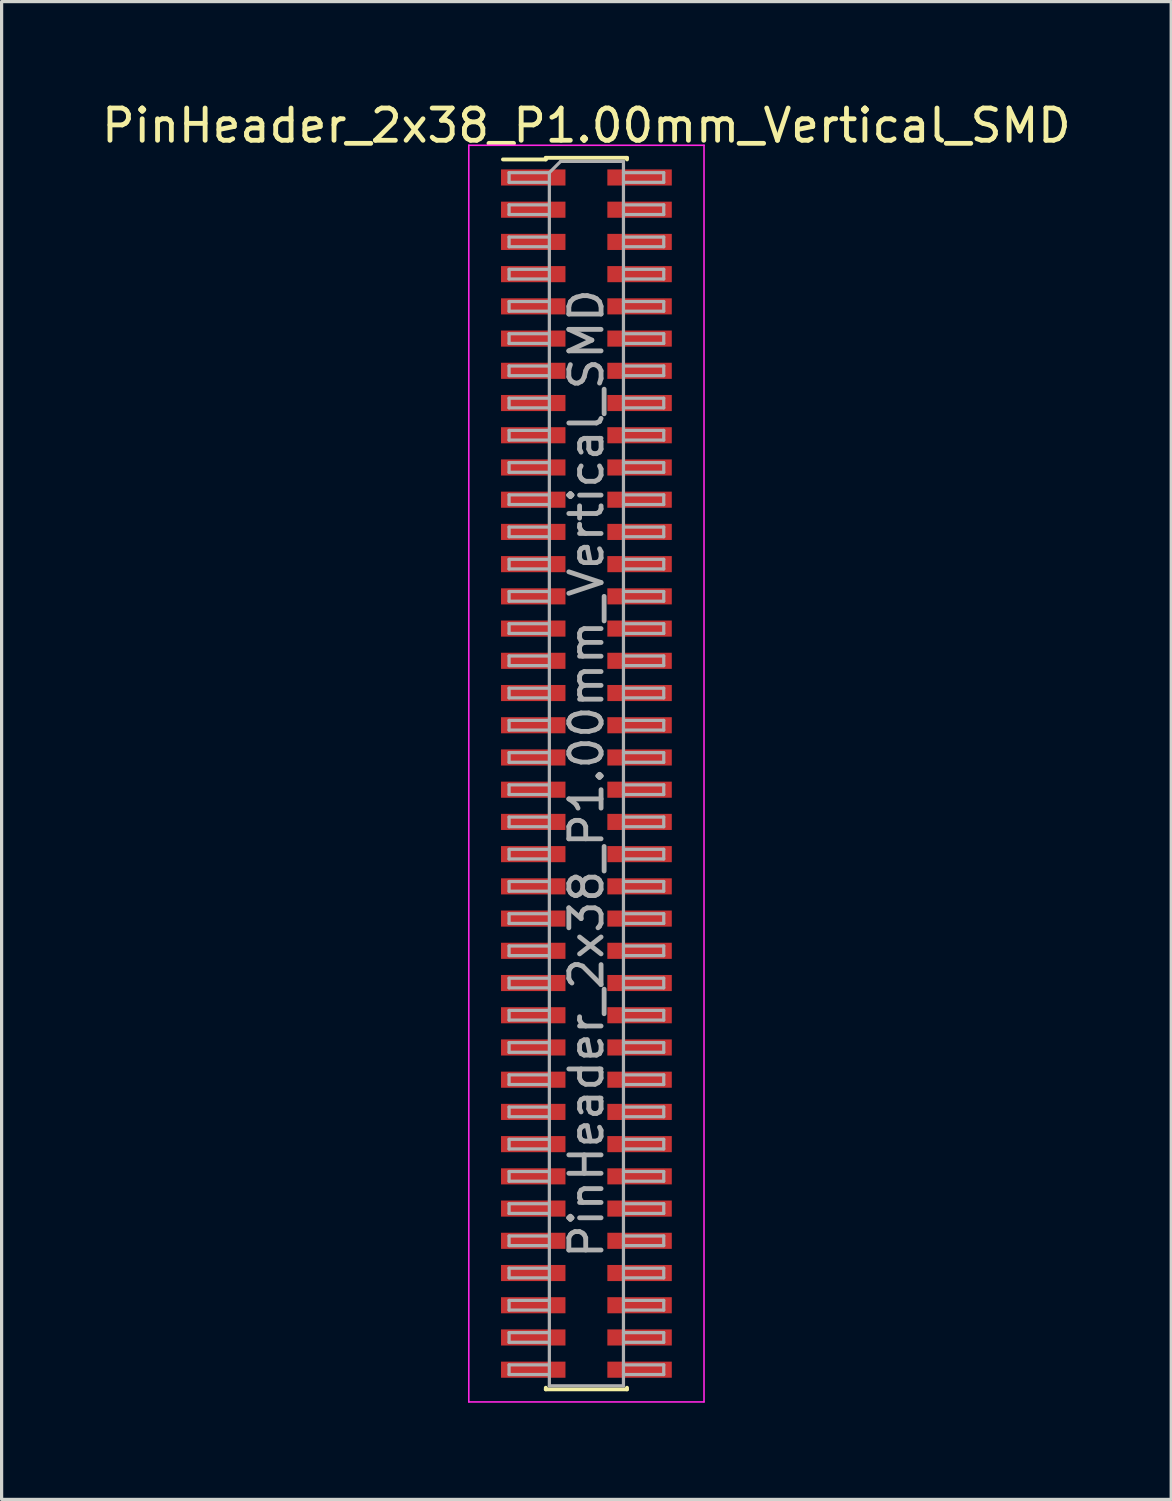
<source format=kicad_pcb>
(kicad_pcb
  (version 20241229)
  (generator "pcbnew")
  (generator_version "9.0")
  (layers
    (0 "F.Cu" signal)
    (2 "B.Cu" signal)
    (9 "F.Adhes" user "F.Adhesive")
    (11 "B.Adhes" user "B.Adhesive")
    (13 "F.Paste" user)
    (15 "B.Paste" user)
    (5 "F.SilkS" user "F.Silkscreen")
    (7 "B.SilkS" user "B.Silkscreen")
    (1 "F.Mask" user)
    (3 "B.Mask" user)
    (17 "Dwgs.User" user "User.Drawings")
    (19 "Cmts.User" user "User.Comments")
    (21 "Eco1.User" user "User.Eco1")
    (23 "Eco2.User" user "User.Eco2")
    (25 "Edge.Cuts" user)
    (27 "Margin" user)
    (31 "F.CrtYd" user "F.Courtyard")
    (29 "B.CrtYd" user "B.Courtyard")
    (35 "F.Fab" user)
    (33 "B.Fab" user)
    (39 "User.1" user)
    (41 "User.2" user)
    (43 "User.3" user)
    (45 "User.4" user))
  (footprint "PinHeader_2x38_P1.00mm_Vertical_SMD"
    (layer "F.Cu")
    (at 15.149 20.958)
    (property "Reference" "PinHeader_2x38_P1.00mm_Vertical_SMD" (at 0 -20.11 0) (layer "F.SilkS") (effects (font (size 1 1) (thickness 0.15))))
    (attr smd)
    (fp_line (start -2.59 -19.06) (end -1.26 -19.06) (stroke (width 0.12) (type solid)) (layer "F.SilkS"))
    (fp_line (start -1.26 -19.11) (end -1.26 -19.06) (stroke (width 0.12) (type solid)) (layer "F.SilkS"))
    (fp_line (start -1.26 -19.11) (end 1.26 -19.11) (stroke (width 0.12) (type solid)) (layer "F.SilkS"))
    (fp_line (start -1.26 19.06) (end -1.26 19.11) (stroke (width 0.12) (type solid)) (layer "F.SilkS"))
    (fp_line (start -1.26 19.11) (end 1.26 19.11) (stroke (width 0.12) (type solid)) (layer "F.SilkS"))
    (fp_line (start 1.26 -19.11) (end 1.26 -19.06) (stroke (width 0.12) (type solid)) (layer "F.SilkS"))
    (fp_line (start 1.26 19.06) (end 1.26 19.11) (stroke (width 0.12) (type solid)) (layer "F.SilkS"))
    (fp_line (start -3.65 -19.5) (end -3.65 19.5) (stroke (width 0.05) (type solid)) (layer "F.CrtYd"))
    (fp_line (start -3.65 19.5) (end 3.65 19.5) (stroke (width 0.05) (type solid)) (layer "F.CrtYd"))
    (fp_line (start 3.65 -19.5) (end -3.65 -19.5) (stroke (width 0.05) (type solid)) (layer "F.CrtYd"))
    (fp_line (start 3.65 19.5) (end 3.65 -19.5) (stroke (width 0.05) (type solid)) (layer "F.CrtYd"))
    (fp_line (start -2.4 -18.65) (end -2.4 -18.35) (stroke (width 0.1) (type solid)) (layer "F.Fab"))
    (fp_line (start -2.4 -18.35) (end -1.15 -18.35) (stroke (width 0.1) (type solid)) (layer "F.Fab"))
    (fp_line (start -2.4 -17.65) (end -2.4 -17.35) (stroke (width 0.1) (type solid)) (layer "F.Fab"))
    (fp_line (start -2.4 -17.35) (end -1.15 -17.35) (stroke (width 0.1) (type solid)) (layer "F.Fab"))
    (fp_line (start -2.4 -16.65) (end -2.4 -16.35) (stroke (width 0.1) (type solid)) (layer "F.Fab"))
    (fp_line (start -2.4 -16.35) (end -1.15 -16.35) (stroke (width 0.1) (type solid)) (layer "F.Fab"))
    (fp_line (start -2.4 -15.65) (end -2.4 -15.35) (stroke (width 0.1) (type solid)) (layer "F.Fab"))
    (fp_line (start -2.4 -15.35) (end -1.15 -15.35) (stroke (width 0.1) (type solid)) (layer "F.Fab"))
    (fp_line (start -2.4 -14.65) (end -2.4 -14.35) (stroke (width 0.1) (type solid)) (layer "F.Fab"))
    (fp_line (start -2.4 -14.35) (end -1.15 -14.35) (stroke (width 0.1) (type solid)) (layer "F.Fab"))
    (fp_line (start -2.4 -13.65) (end -2.4 -13.35) (stroke (width 0.1) (type solid)) (layer "F.Fab"))
    (fp_line (start -2.4 -13.35) (end -1.15 -13.35) (stroke (width 0.1) (type solid)) (layer "F.Fab"))
    (fp_line (start -2.4 -12.65) (end -2.4 -12.35) (stroke (width 0.1) (type solid)) (layer "F.Fab"))
    (fp_line (start -2.4 -12.35) (end -1.15 -12.35) (stroke (width 0.1) (type solid)) (layer "F.Fab"))
    (fp_line (start -2.4 -11.65) (end -2.4 -11.35) (stroke (width 0.1) (type solid)) (layer "F.Fab"))
    (fp_line (start -2.4 -11.35) (end -1.15 -11.35) (stroke (width 0.1) (type solid)) (layer "F.Fab"))
    (fp_line (start -2.4 -10.65) (end -2.4 -10.35) (stroke (width 0.1) (type solid)) (layer "F.Fab"))
    (fp_line (start -2.4 -10.35) (end -1.15 -10.35) (stroke (width 0.1) (type solid)) (layer "F.Fab"))
    (fp_line (start -2.4 -9.65) (end -2.4 -9.35) (stroke (width 0.1) (type solid)) (layer "F.Fab"))
    (fp_line (start -2.4 -9.35) (end -1.15 -9.35) (stroke (width 0.1) (type solid)) (layer "F.Fab"))
    (fp_line (start -2.4 -8.65) (end -2.4 -8.35) (stroke (width 0.1) (type solid)) (layer "F.Fab"))
    (fp_line (start -2.4 -8.35) (end -1.15 -8.35) (stroke (width 0.1) (type solid)) (layer "F.Fab"))
    (fp_line (start -2.4 -7.65) (end -2.4 -7.35) (stroke (width 0.1) (type solid)) (layer "F.Fab"))
    (fp_line (start -2.4 -7.35) (end -1.15 -7.35) (stroke (width 0.1) (type solid)) (layer "F.Fab"))
    (fp_line (start -2.4 -6.65) (end -2.4 -6.35) (stroke (width 0.1) (type solid)) (layer "F.Fab"))
    (fp_line (start -2.4 -6.35) (end -1.15 -6.35) (stroke (width 0.1) (type solid)) (layer "F.Fab"))
    (fp_line (start -2.4 -5.65) (end -2.4 -5.35) (stroke (width 0.1) (type solid)) (layer "F.Fab"))
    (fp_line (start -2.4 -5.35) (end -1.15 -5.35) (stroke (width 0.1) (type solid)) (layer "F.Fab"))
    (fp_line (start -2.4 -4.65) (end -2.4 -4.35) (stroke (width 0.1) (type solid)) (layer "F.Fab"))
    (fp_line (start -2.4 -4.35) (end -1.15 -4.35) (stroke (width 0.1) (type solid)) (layer "F.Fab"))
    (fp_line (start -2.4 -3.65) (end -2.4 -3.35) (stroke (width 0.1) (type solid)) (layer "F.Fab"))
    (fp_line (start -2.4 -3.35) (end -1.15 -3.35) (stroke (width 0.1) (type solid)) (layer "F.Fab"))
    (fp_line (start -2.4 -2.65) (end -2.4 -2.35) (stroke (width 0.1) (type solid)) (layer "F.Fab"))
    (fp_line (start -2.4 -2.35) (end -1.15 -2.35) (stroke (width 0.1) (type solid)) (layer "F.Fab"))
    (fp_line (start -2.4 -1.65) (end -2.4 -1.35) (stroke (width 0.1) (type solid)) (layer "F.Fab"))
    (fp_line (start -2.4 -1.35) (end -1.15 -1.35) (stroke (width 0.1) (type solid)) (layer "F.Fab"))
    (fp_line (start -2.4 -0.65) (end -2.4 -0.35) (stroke (width 0.1) (type solid)) (layer "F.Fab"))
    (fp_line (start -2.4 -0.35) (end -1.15 -0.35) (stroke (width 0.1) (type solid)) (layer "F.Fab"))
    (fp_line (start -2.4 0.35) (end -2.4 0.65) (stroke (width 0.1) (type solid)) (layer "F.Fab"))
    (fp_line (start -2.4 0.65) (end -1.15 0.65) (stroke (width 0.1) (type solid)) (layer "F.Fab"))
    (fp_line (start -2.4 1.35) (end -2.4 1.65) (stroke (width 0.1) (type solid)) (layer "F.Fab"))
    (fp_line (start -2.4 1.65) (end -1.15 1.65) (stroke (width 0.1) (type solid)) (layer "F.Fab"))
    (fp_line (start -2.4 2.35) (end -2.4 2.65) (stroke (width 0.1) (type solid)) (layer "F.Fab"))
    (fp_line (start -2.4 2.65) (end -1.15 2.65) (stroke (width 0.1) (type solid)) (layer "F.Fab"))
    (fp_line (start -2.4 3.35) (end -2.4 3.65) (stroke (width 0.1) (type solid)) (layer "F.Fab"))
    (fp_line (start -2.4 3.65) (end -1.15 3.65) (stroke (width 0.1) (type solid)) (layer "F.Fab"))
    (fp_line (start -2.4 4.35) (end -2.4 4.65) (stroke (width 0.1) (type solid)) (layer "F.Fab"))
    (fp_line (start -2.4 4.65) (end -1.15 4.65) (stroke (width 0.1) (type solid)) (layer "F.Fab"))
    (fp_line (start -2.4 5.35) (end -2.4 5.65) (stroke (width 0.1) (type solid)) (layer "F.Fab"))
    (fp_line (start -2.4 5.65) (end -1.15 5.65) (stroke (width 0.1) (type solid)) (layer "F.Fab"))
    (fp_line (start -2.4 6.35) (end -2.4 6.65) (stroke (width 0.1) (type solid)) (layer "F.Fab"))
    (fp_line (start -2.4 6.65) (end -1.15 6.65) (stroke (width 0.1) (type solid)) (layer "F.Fab"))
    (fp_line (start -2.4 7.35) (end -2.4 7.65) (stroke (width 0.1) (type solid)) (layer "F.Fab"))
    (fp_line (start -2.4 7.65) (end -1.15 7.65) (stroke (width 0.1) (type solid)) (layer "F.Fab"))
    (fp_line (start -2.4 8.35) (end -2.4 8.65) (stroke (width 0.1) (type solid)) (layer "F.Fab"))
    (fp_line (start -2.4 8.65) (end -1.15 8.65) (stroke (width 0.1) (type solid)) (layer "F.Fab"))
    (fp_line (start -2.4 9.35) (end -2.4 9.65) (stroke (width 0.1) (type solid)) (layer "F.Fab"))
    (fp_line (start -2.4 9.65) (end -1.15 9.65) (stroke (width 0.1) (type solid)) (layer "F.Fab"))
    (fp_line (start -2.4 10.35) (end -2.4 10.65) (stroke (width 0.1) (type solid)) (layer "F.Fab"))
    (fp_line (start -2.4 10.65) (end -1.15 10.65) (stroke (width 0.1) (type solid)) (layer "F.Fab"))
    (fp_line (start -2.4 11.35) (end -2.4 11.65) (stroke (width 0.1) (type solid)) (layer "F.Fab"))
    (fp_line (start -2.4 11.65) (end -1.15 11.65) (stroke (width 0.1) (type solid)) (layer "F.Fab"))
    (fp_line (start -2.4 12.35) (end -2.4 12.65) (stroke (width 0.1) (type solid)) (layer "F.Fab"))
    (fp_line (start -2.4 12.65) (end -1.15 12.65) (stroke (width 0.1) (type solid)) (layer "F.Fab"))
    (fp_line (start -2.4 13.35) (end -2.4 13.65) (stroke (width 0.1) (type solid)) (layer "F.Fab"))
    (fp_line (start -2.4 13.65) (end -1.15 13.65) (stroke (width 0.1) (type solid)) (layer "F.Fab"))
    (fp_line (start -2.4 14.35) (end -2.4 14.65) (stroke (width 0.1) (type solid)) (layer "F.Fab"))
    (fp_line (start -2.4 14.65) (end -1.15 14.65) (stroke (width 0.1) (type solid)) (layer "F.Fab"))
    (fp_line (start -2.4 15.35) (end -2.4 15.65) (stroke (width 0.1) (type solid)) (layer "F.Fab"))
    (fp_line (start -2.4 15.65) (end -1.15 15.65) (stroke (width 0.1) (type solid)) (layer "F.Fab"))
    (fp_line (start -2.4 16.35) (end -2.4 16.65) (stroke (width 0.1) (type solid)) (layer "F.Fab"))
    (fp_line (start -2.4 16.65) (end -1.15 16.65) (stroke (width 0.1) (type solid)) (layer "F.Fab"))
    (fp_line (start -2.4 17.35) (end -2.4 17.65) (stroke (width 0.1) (type solid)) (layer "F.Fab"))
    (fp_line (start -2.4 17.65) (end -1.15 17.65) (stroke (width 0.1) (type solid)) (layer "F.Fab"))
    (fp_line (start -2.4 18.35) (end -2.4 18.65) (stroke (width 0.1) (type solid)) (layer "F.Fab"))
    (fp_line (start -2.4 18.65) (end -1.15 18.65) (stroke (width 0.1) (type solid)) (layer "F.Fab"))
    (fp_line (start -1.15 -18.65) (end -2.4 -18.65) (stroke (width 0.1) (type solid)) (layer "F.Fab"))
    (fp_line (start -1.15 -18.65) (end -0.8 -19) (stroke (width 0.1) (type solid)) (layer "F.Fab"))
    (fp_line (start -1.15 -17.65) (end -2.4 -17.65) (stroke (width 0.1) (type solid)) (layer "F.Fab"))
    (fp_line (start -1.15 -16.65) (end -2.4 -16.65) (stroke (width 0.1) (type solid)) (layer "F.Fab"))
    (fp_line (start -1.15 -15.65) (end -2.4 -15.65) (stroke (width 0.1) (type solid)) (layer "F.Fab"))
    (fp_line (start -1.15 -14.65) (end -2.4 -14.65) (stroke (width 0.1) (type solid)) (layer "F.Fab"))
    (fp_line (start -1.15 -13.65) (end -2.4 -13.65) (stroke (width 0.1) (type solid)) (layer "F.Fab"))
    (fp_line (start -1.15 -12.65) (end -2.4 -12.65) (stroke (width 0.1) (type solid)) (layer "F.Fab"))
    (fp_line (start -1.15 -11.65) (end -2.4 -11.65) (stroke (width 0.1) (type solid)) (layer "F.Fab"))
    (fp_line (start -1.15 -10.65) (end -2.4 -10.65) (stroke (width 0.1) (type solid)) (layer "F.Fab"))
    (fp_line (start -1.15 -9.65) (end -2.4 -9.65) (stroke (width 0.1) (type solid)) (layer "F.Fab"))
    (fp_line (start -1.15 -8.65) (end -2.4 -8.65) (stroke (width 0.1) (type solid)) (layer "F.Fab"))
    (fp_line (start -1.15 -7.65) (end -2.4 -7.65) (stroke (width 0.1) (type solid)) (layer "F.Fab"))
    (fp_line (start -1.15 -6.65) (end -2.4 -6.65) (stroke (width 0.1) (type solid)) (layer "F.Fab"))
    (fp_line (start -1.15 -5.65) (end -2.4 -5.65) (stroke (width 0.1) (type solid)) (layer "F.Fab"))
    (fp_line (start -1.15 -4.65) (end -2.4 -4.65) (stroke (width 0.1) (type solid)) (layer "F.Fab"))
    (fp_line (start -1.15 -3.65) (end -2.4 -3.65) (stroke (width 0.1) (type solid)) (layer "F.Fab"))
    (fp_line (start -1.15 -2.65) (end -2.4 -2.65) (stroke (width 0.1) (type solid)) (layer "F.Fab"))
    (fp_line (start -1.15 -1.65) (end -2.4 -1.65) (stroke (width 0.1) (type solid)) (layer "F.Fab"))
    (fp_line (start -1.15 -0.65) (end -2.4 -0.65) (stroke (width 0.1) (type solid)) (layer "F.Fab"))
    (fp_line (start -1.15 0.35) (end -2.4 0.35) (stroke (width 0.1) (type solid)) (layer "F.Fab"))
    (fp_line (start -1.15 1.35) (end -2.4 1.35) (stroke (width 0.1) (type solid)) (layer "F.Fab"))
    (fp_line (start -1.15 2.35) (end -2.4 2.35) (stroke (width 0.1) (type solid)) (layer "F.Fab"))
    (fp_line (start -1.15 3.35) (end -2.4 3.35) (stroke (width 0.1) (type solid)) (layer "F.Fab"))
    (fp_line (start -1.15 4.35) (end -2.4 4.35) (stroke (width 0.1) (type solid)) (layer "F.Fab"))
    (fp_line (start -1.15 5.35) (end -2.4 5.35) (stroke (width 0.1) (type solid)) (layer "F.Fab"))
    (fp_line (start -1.15 6.35) (end -2.4 6.35) (stroke (width 0.1) (type solid)) (layer "F.Fab"))
    (fp_line (start -1.15 7.35) (end -2.4 7.35) (stroke (width 0.1) (type solid)) (layer "F.Fab"))
    (fp_line (start -1.15 8.35) (end -2.4 8.35) (stroke (width 0.1) (type solid)) (layer "F.Fab"))
    (fp_line (start -1.15 9.35) (end -2.4 9.35) (stroke (width 0.1) (type solid)) (layer "F.Fab"))
    (fp_line (start -1.15 10.35) (end -2.4 10.35) (stroke (width 0.1) (type solid)) (layer "F.Fab"))
    (fp_line (start -1.15 11.35) (end -2.4 11.35) (stroke (width 0.1) (type solid)) (layer "F.Fab"))
    (fp_line (start -1.15 12.35) (end -2.4 12.35) (stroke (width 0.1) (type solid)) (layer "F.Fab"))
    (fp_line (start -1.15 13.35) (end -2.4 13.35) (stroke (width 0.1) (type solid)) (layer "F.Fab"))
    (fp_line (start -1.15 14.35) (end -2.4 14.35) (stroke (width 0.1) (type solid)) (layer "F.Fab"))
    (fp_line (start -1.15 15.35) (end -2.4 15.35) (stroke (width 0.1) (type solid)) (layer "F.Fab"))
    (fp_line (start -1.15 16.35) (end -2.4 16.35) (stroke (width 0.1) (type solid)) (layer "F.Fab"))
    (fp_line (start -1.15 17.35) (end -2.4 17.35) (stroke (width 0.1) (type solid)) (layer "F.Fab"))
    (fp_line (start -1.15 18.35) (end -2.4 18.35) (stroke (width 0.1) (type solid)) (layer "F.Fab"))
    (fp_line (start -1.15 19) (end -1.15 -18.65) (stroke (width 0.1) (type solid)) (layer "F.Fab"))
    (fp_line (start -0.8 -19) (end 1.15 -19) (stroke (width 0.1) (type solid)) (layer "F.Fab"))
    (fp_line (start 1.15 -19) (end 1.15 19) (stroke (width 0.1) (type solid)) (layer "F.Fab"))
    (fp_line (start 1.15 -18.65) (end 2.4 -18.65) (stroke (width 0.1) (type solid)) (layer "F.Fab"))
    (fp_line (start 1.15 -17.65) (end 2.4 -17.65) (stroke (width 0.1) (type solid)) (layer "F.Fab"))
    (fp_line (start 1.15 -16.65) (end 2.4 -16.65) (stroke (width 0.1) (type solid)) (layer "F.Fab"))
    (fp_line (start 1.15 -15.65) (end 2.4 -15.65) (stroke (width 0.1) (type solid)) (layer "F.Fab"))
    (fp_line (start 1.15 -14.65) (end 2.4 -14.65) (stroke (width 0.1) (type solid)) (layer "F.Fab"))
    (fp_line (start 1.15 -13.65) (end 2.4 -13.65) (stroke (width 0.1) (type solid)) (layer "F.Fab"))
    (fp_line (start 1.15 -12.65) (end 2.4 -12.65) (stroke (width 0.1) (type solid)) (layer "F.Fab"))
    (fp_line (start 1.15 -11.65) (end 2.4 -11.65) (stroke (width 0.1) (type solid)) (layer "F.Fab"))
    (fp_line (start 1.15 -10.65) (end 2.4 -10.65) (stroke (width 0.1) (type solid)) (layer "F.Fab"))
    (fp_line (start 1.15 -9.65) (end 2.4 -9.65) (stroke (width 0.1) (type solid)) (layer "F.Fab"))
    (fp_line (start 1.15 -8.65) (end 2.4 -8.65) (stroke (width 0.1) (type solid)) (layer "F.Fab"))
    (fp_line (start 1.15 -7.65) (end 2.4 -7.65) (stroke (width 0.1) (type solid)) (layer "F.Fab"))
    (fp_line (start 1.15 -6.65) (end 2.4 -6.65) (stroke (width 0.1) (type solid)) (layer "F.Fab"))
    (fp_line (start 1.15 -5.65) (end 2.4 -5.65) (stroke (width 0.1) (type solid)) (layer "F.Fab"))
    (fp_line (start 1.15 -4.65) (end 2.4 -4.65) (stroke (width 0.1) (type solid)) (layer "F.Fab"))
    (fp_line (start 1.15 -3.65) (end 2.4 -3.65) (stroke (width 0.1) (type solid)) (layer "F.Fab"))
    (fp_line (start 1.15 -2.65) (end 2.4 -2.65) (stroke (width 0.1) (type solid)) (layer "F.Fab"))
    (fp_line (start 1.15 -1.65) (end 2.4 -1.65) (stroke (width 0.1) (type solid)) (layer "F.Fab"))
    (fp_line (start 1.15 -0.65) (end 2.4 -0.65) (stroke (width 0.1) (type solid)) (layer "F.Fab"))
    (fp_line (start 1.15 0.35) (end 2.4 0.35) (stroke (width 0.1) (type solid)) (layer "F.Fab"))
    (fp_line (start 1.15 1.35) (end 2.4 1.35) (stroke (width 0.1) (type solid)) (layer "F.Fab"))
    (fp_line (start 1.15 2.35) (end 2.4 2.35) (stroke (width 0.1) (type solid)) (layer "F.Fab"))
    (fp_line (start 1.15 3.35) (end 2.4 3.35) (stroke (width 0.1) (type solid)) (layer "F.Fab"))
    (fp_line (start 1.15 4.35) (end 2.4 4.35) (stroke (width 0.1) (type solid)) (layer "F.Fab"))
    (fp_line (start 1.15 5.35) (end 2.4 5.35) (stroke (width 0.1) (type solid)) (layer "F.Fab"))
    (fp_line (start 1.15 6.35) (end 2.4 6.35) (stroke (width 0.1) (type solid)) (layer "F.Fab"))
    (fp_line (start 1.15 7.35) (end 2.4 7.35) (stroke (width 0.1) (type solid)) (layer "F.Fab"))
    (fp_line (start 1.15 8.35) (end 2.4 8.35) (stroke (width 0.1) (type solid)) (layer "F.Fab"))
    (fp_line (start 1.15 9.35) (end 2.4 9.35) (stroke (width 0.1) (type solid)) (layer "F.Fab"))
    (fp_line (start 1.15 10.35) (end 2.4 10.35) (stroke (width 0.1) (type solid)) (layer "F.Fab"))
    (fp_line (start 1.15 11.35) (end 2.4 11.35) (stroke (width 0.1) (type solid)) (layer "F.Fab"))
    (fp_line (start 1.15 12.35) (end 2.4 12.35) (stroke (width 0.1) (type solid)) (layer "F.Fab"))
    (fp_line (start 1.15 13.35) (end 2.4 13.35) (stroke (width 0.1) (type solid)) (layer "F.Fab"))
    (fp_line (start 1.15 14.35) (end 2.4 14.35) (stroke (width 0.1) (type solid)) (layer "F.Fab"))
    (fp_line (start 1.15 15.35) (end 2.4 15.35) (stroke (width 0.1) (type solid)) (layer "F.Fab"))
    (fp_line (start 1.15 16.35) (end 2.4 16.35) (stroke (width 0.1) (type solid)) (layer "F.Fab"))
    (fp_line (start 1.15 17.35) (end 2.4 17.35) (stroke (width 0.1) (type solid)) (layer "F.Fab"))
    (fp_line (start 1.15 18.35) (end 2.4 18.35) (stroke (width 0.1) (type solid)) (layer "F.Fab"))
    (fp_line (start 1.15 19) (end -1.15 19) (stroke (width 0.1) (type solid)) (layer "F.Fab"))
    (fp_line (start 2.4 -18.65) (end 2.4 -18.35) (stroke (width 0.1) (type solid)) (layer "F.Fab"))
    (fp_line (start 2.4 -18.35) (end 1.15 -18.35) (stroke (width 0.1) (type solid)) (layer "F.Fab"))
    (fp_line (start 2.4 -17.65) (end 2.4 -17.35) (stroke (width 0.1) (type solid)) (layer "F.Fab"))
    (fp_line (start 2.4 -17.35) (end 1.15 -17.35) (stroke (width 0.1) (type solid)) (layer "F.Fab"))
    (fp_line (start 2.4 -16.65) (end 2.4 -16.35) (stroke (width 0.1) (type solid)) (layer "F.Fab"))
    (fp_line (start 2.4 -16.35) (end 1.15 -16.35) (stroke (width 0.1) (type solid)) (layer "F.Fab"))
    (fp_line (start 2.4 -15.65) (end 2.4 -15.35) (stroke (width 0.1) (type solid)) (layer "F.Fab"))
    (fp_line (start 2.4 -15.35) (end 1.15 -15.35) (stroke (width 0.1) (type solid)) (layer "F.Fab"))
    (fp_line (start 2.4 -14.65) (end 2.4 -14.35) (stroke (width 0.1) (type solid)) (layer "F.Fab"))
    (fp_line (start 2.4 -14.35) (end 1.15 -14.35) (stroke (width 0.1) (type solid)) (layer "F.Fab"))
    (fp_line (start 2.4 -13.65) (end 2.4 -13.35) (stroke (width 0.1) (type solid)) (layer "F.Fab"))
    (fp_line (start 2.4 -13.35) (end 1.15 -13.35) (stroke (width 0.1) (type solid)) (layer "F.Fab"))
    (fp_line (start 2.4 -12.65) (end 2.4 -12.35) (stroke (width 0.1) (type solid)) (layer "F.Fab"))
    (fp_line (start 2.4 -12.35) (end 1.15 -12.35) (stroke (width 0.1) (type solid)) (layer "F.Fab"))
    (fp_line (start 2.4 -11.65) (end 2.4 -11.35) (stroke (width 0.1) (type solid)) (layer "F.Fab"))
    (fp_line (start 2.4 -11.35) (end 1.15 -11.35) (stroke (width 0.1) (type solid)) (layer "F.Fab"))
    (fp_line (start 2.4 -10.65) (end 2.4 -10.35) (stroke (width 0.1) (type solid)) (layer "F.Fab"))
    (fp_line (start 2.4 -10.35) (end 1.15 -10.35) (stroke (width 0.1) (type solid)) (layer "F.Fab"))
    (fp_line (start 2.4 -9.65) (end 2.4 -9.35) (stroke (width 0.1) (type solid)) (layer "F.Fab"))
    (fp_line (start 2.4 -9.35) (end 1.15 -9.35) (stroke (width 0.1) (type solid)) (layer "F.Fab"))
    (fp_line (start 2.4 -8.65) (end 2.4 -8.35) (stroke (width 0.1) (type solid)) (layer "F.Fab"))
    (fp_line (start 2.4 -8.35) (end 1.15 -8.35) (stroke (width 0.1) (type solid)) (layer "F.Fab"))
    (fp_line (start 2.4 -7.65) (end 2.4 -7.35) (stroke (width 0.1) (type solid)) (layer "F.Fab"))
    (fp_line (start 2.4 -7.35) (end 1.15 -7.35) (stroke (width 0.1) (type solid)) (layer "F.Fab"))
    (fp_line (start 2.4 -6.65) (end 2.4 -6.35) (stroke (width 0.1) (type solid)) (layer "F.Fab"))
    (fp_line (start 2.4 -6.35) (end 1.15 -6.35) (stroke (width 0.1) (type solid)) (layer "F.Fab"))
    (fp_line (start 2.4 -5.65) (end 2.4 -5.35) (stroke (width 0.1) (type solid)) (layer "F.Fab"))
    (fp_line (start 2.4 -5.35) (end 1.15 -5.35) (stroke (width 0.1) (type solid)) (layer "F.Fab"))
    (fp_line (start 2.4 -4.65) (end 2.4 -4.35) (stroke (width 0.1) (type solid)) (layer "F.Fab"))
    (fp_line (start 2.4 -4.35) (end 1.15 -4.35) (stroke (width 0.1) (type solid)) (layer "F.Fab"))
    (fp_line (start 2.4 -3.65) (end 2.4 -3.35) (stroke (width 0.1) (type solid)) (layer "F.Fab"))
    (fp_line (start 2.4 -3.35) (end 1.15 -3.35) (stroke (width 0.1) (type solid)) (layer "F.Fab"))
    (fp_line (start 2.4 -2.65) (end 2.4 -2.35) (stroke (width 0.1) (type solid)) (layer "F.Fab"))
    (fp_line (start 2.4 -2.35) (end 1.15 -2.35) (stroke (width 0.1) (type solid)) (layer "F.Fab"))
    (fp_line (start 2.4 -1.65) (end 2.4 -1.35) (stroke (width 0.1) (type solid)) (layer "F.Fab"))
    (fp_line (start 2.4 -1.35) (end 1.15 -1.35) (stroke (width 0.1) (type solid)) (layer "F.Fab"))
    (fp_line (start 2.4 -0.65) (end 2.4 -0.35) (stroke (width 0.1) (type solid)) (layer "F.Fab"))
    (fp_line (start 2.4 -0.35) (end 1.15 -0.35) (stroke (width 0.1) (type solid)) (layer "F.Fab"))
    (fp_line (start 2.4 0.35) (end 2.4 0.65) (stroke (width 0.1) (type solid)) (layer "F.Fab"))
    (fp_line (start 2.4 0.65) (end 1.15 0.65) (stroke (width 0.1) (type solid)) (layer "F.Fab"))
    (fp_line (start 2.4 1.35) (end 2.4 1.65) (stroke (width 0.1) (type solid)) (layer "F.Fab"))
    (fp_line (start 2.4 1.65) (end 1.15 1.65) (stroke (width 0.1) (type solid)) (layer "F.Fab"))
    (fp_line (start 2.4 2.35) (end 2.4 2.65) (stroke (width 0.1) (type solid)) (layer "F.Fab"))
    (fp_line (start 2.4 2.65) (end 1.15 2.65) (stroke (width 0.1) (type solid)) (layer "F.Fab"))
    (fp_line (start 2.4 3.35) (end 2.4 3.65) (stroke (width 0.1) (type solid)) (layer "F.Fab"))
    (fp_line (start 2.4 3.65) (end 1.15 3.65) (stroke (width 0.1) (type solid)) (layer "F.Fab"))
    (fp_line (start 2.4 4.35) (end 2.4 4.65) (stroke (width 0.1) (type solid)) (layer "F.Fab"))
    (fp_line (start 2.4 4.65) (end 1.15 4.65) (stroke (width 0.1) (type solid)) (layer "F.Fab"))
    (fp_line (start 2.4 5.35) (end 2.4 5.65) (stroke (width 0.1) (type solid)) (layer "F.Fab"))
    (fp_line (start 2.4 5.65) (end 1.15 5.65) (stroke (width 0.1) (type solid)) (layer "F.Fab"))
    (fp_line (start 2.4 6.35) (end 2.4 6.65) (stroke (width 0.1) (type solid)) (layer "F.Fab"))
    (fp_line (start 2.4 6.65) (end 1.15 6.65) (stroke (width 0.1) (type solid)) (layer "F.Fab"))
    (fp_line (start 2.4 7.35) (end 2.4 7.65) (stroke (width 0.1) (type solid)) (layer "F.Fab"))
    (fp_line (start 2.4 7.65) (end 1.15 7.65) (stroke (width 0.1) (type solid)) (layer "F.Fab"))
    (fp_line (start 2.4 8.35) (end 2.4 8.65) (stroke (width 0.1) (type solid)) (layer "F.Fab"))
    (fp_line (start 2.4 8.65) (end 1.15 8.65) (stroke (width 0.1) (type solid)) (layer "F.Fab"))
    (fp_line (start 2.4 9.35) (end 2.4 9.65) (stroke (width 0.1) (type solid)) (layer "F.Fab"))
    (fp_line (start 2.4 9.65) (end 1.15 9.65) (stroke (width 0.1) (type solid)) (layer "F.Fab"))
    (fp_line (start 2.4 10.35) (end 2.4 10.65) (stroke (width 0.1) (type solid)) (layer "F.Fab"))
    (fp_line (start 2.4 10.65) (end 1.15 10.65) (stroke (width 0.1) (type solid)) (layer "F.Fab"))
    (fp_line (start 2.4 11.35) (end 2.4 11.65) (stroke (width 0.1) (type solid)) (layer "F.Fab"))
    (fp_line (start 2.4 11.65) (end 1.15 11.65) (stroke (width 0.1) (type solid)) (layer "F.Fab"))
    (fp_line (start 2.4 12.35) (end 2.4 12.65) (stroke (width 0.1) (type solid)) (layer "F.Fab"))
    (fp_line (start 2.4 12.65) (end 1.15 12.65) (stroke (width 0.1) (type solid)) (layer "F.Fab"))
    (fp_line (start 2.4 13.35) (end 2.4 13.65) (stroke (width 0.1) (type solid)) (layer "F.Fab"))
    (fp_line (start 2.4 13.65) (end 1.15 13.65) (stroke (width 0.1) (type solid)) (layer "F.Fab"))
    (fp_line (start 2.4 14.35) (end 2.4 14.65) (stroke (width 0.1) (type solid)) (layer "F.Fab"))
    (fp_line (start 2.4 14.65) (end 1.15 14.65) (stroke (width 0.1) (type solid)) (layer "F.Fab"))
    (fp_line (start 2.4 15.35) (end 2.4 15.65) (stroke (width 0.1) (type solid)) (layer "F.Fab"))
    (fp_line (start 2.4 15.65) (end 1.15 15.65) (stroke (width 0.1) (type solid)) (layer "F.Fab"))
    (fp_line (start 2.4 16.35) (end 2.4 16.65) (stroke (width 0.1) (type solid)) (layer "F.Fab"))
    (fp_line (start 2.4 16.65) (end 1.15 16.65) (stroke (width 0.1) (type solid)) (layer "F.Fab"))
    (fp_line (start 2.4 17.35) (end 2.4 17.65) (stroke (width 0.1) (type solid)) (layer "F.Fab"))
    (fp_line (start 2.4 17.65) (end 1.15 17.65) (stroke (width 0.1) (type solid)) (layer "F.Fab"))
    (fp_line (start 2.4 18.35) (end 2.4 18.65) (stroke (width 0.1) (type solid)) (layer "F.Fab"))
    (fp_line (start 2.4 18.65) (end 1.15 18.65) (stroke (width 0.1) (type solid)) (layer "F.Fab"))
    (fp_text user "${REFERENCE}" (at 0 0 90) (layer "F.Fab") (effects (font (size 1 1) (thickness 0.15))))
    (pad "1" smd rect (at -1.65 -18.5) (size 2 0.5) (layers "F.Cu" "F.Mask" "F.Paste"))
    (pad "2" smd rect (at 1.65 -18.5) (size 2 0.5) (layers "F.Cu" "F.Mask" "F.Paste"))
    (pad "3" smd rect (at -1.65 -17.5) (size 2 0.5) (layers "F.Cu" "F.Mask" "F.Paste"))
    (pad "4" smd rect (at 1.65 -17.5) (size 2 0.5) (layers "F.Cu" "F.Mask" "F.Paste"))
    (pad "5" smd rect (at -1.65 -16.5) (size 2 0.5) (layers "F.Cu" "F.Mask" "F.Paste"))
    (pad "6" smd rect (at 1.65 -16.5) (size 2 0.5) (layers "F.Cu" "F.Mask" "F.Paste"))
    (pad "7" smd rect (at -1.65 -15.5) (size 2 0.5) (layers "F.Cu" "F.Mask" "F.Paste"))
    (pad "8" smd rect (at 1.65 -15.5) (size 2 0.5) (layers "F.Cu" "F.Mask" "F.Paste"))
    (pad "9" smd rect (at -1.65 -14.5) (size 2 0.5) (layers "F.Cu" "F.Mask" "F.Paste"))
    (pad "10" smd rect (at 1.65 -14.5) (size 2 0.5) (layers "F.Cu" "F.Mask" "F.Paste"))
    (pad "11" smd rect (at -1.65 -13.5) (size 2 0.5) (layers "F.Cu" "F.Mask" "F.Paste"))
    (pad "12" smd rect (at 1.65 -13.5) (size 2 0.5) (layers "F.Cu" "F.Mask" "F.Paste"))
    (pad "13" smd rect (at -1.65 -12.5) (size 2 0.5) (layers "F.Cu" "F.Mask" "F.Paste"))
    (pad "14" smd rect (at 1.65 -12.5) (size 2 0.5) (layers "F.Cu" "F.Mask" "F.Paste"))
    (pad "15" smd rect (at -1.65 -11.5) (size 2 0.5) (layers "F.Cu" "F.Mask" "F.Paste"))
    (pad "16" smd rect (at 1.65 -11.5) (size 2 0.5) (layers "F.Cu" "F.Mask" "F.Paste"))
    (pad "17" smd rect (at -1.65 -10.5) (size 2 0.5) (layers "F.Cu" "F.Mask" "F.Paste"))
    (pad "18" smd rect (at 1.65 -10.5) (size 2 0.5) (layers "F.Cu" "F.Mask" "F.Paste"))
    (pad "19" smd rect (at -1.65 -9.5) (size 2 0.5) (layers "F.Cu" "F.Mask" "F.Paste"))
    (pad "20" smd rect (at 1.65 -9.5) (size 2 0.5) (layers "F.Cu" "F.Mask" "F.Paste"))
    (pad "21" smd rect (at -1.65 -8.5) (size 2 0.5) (layers "F.Cu" "F.Mask" "F.Paste"))
    (pad "22" smd rect (at 1.65 -8.5) (size 2 0.5) (layers "F.Cu" "F.Mask" "F.Paste"))
    (pad "23" smd rect (at -1.65 -7.5) (size 2 0.5) (layers "F.Cu" "F.Mask" "F.Paste"))
    (pad "24" smd rect (at 1.65 -7.5) (size 2 0.5) (layers "F.Cu" "F.Mask" "F.Paste"))
    (pad "25" smd rect (at -1.65 -6.5) (size 2 0.5) (layers "F.Cu" "F.Mask" "F.Paste"))
    (pad "26" smd rect (at 1.65 -6.5) (size 2 0.5) (layers "F.Cu" "F.Mask" "F.Paste"))
    (pad "27" smd rect (at -1.65 -5.5) (size 2 0.5) (layers "F.Cu" "F.Mask" "F.Paste"))
    (pad "28" smd rect (at 1.65 -5.5) (size 2 0.5) (layers "F.Cu" "F.Mask" "F.Paste"))
    (pad "29" smd rect (at -1.65 -4.5) (size 2 0.5) (layers "F.Cu" "F.Mask" "F.Paste"))
    (pad "30" smd rect (at 1.65 -4.5) (size 2 0.5) (layers "F.Cu" "F.Mask" "F.Paste"))
    (pad "31" smd rect (at -1.65 -3.5) (size 2 0.5) (layers "F.Cu" "F.Mask" "F.Paste"))
    (pad "32" smd rect (at 1.65 -3.5) (size 2 0.5) (layers "F.Cu" "F.Mask" "F.Paste"))
    (pad "33" smd rect (at -1.65 -2.5) (size 2 0.5) (layers "F.Cu" "F.Mask" "F.Paste"))
    (pad "34" smd rect (at 1.65 -2.5) (size 2 0.5) (layers "F.Cu" "F.Mask" "F.Paste"))
    (pad "35" smd rect (at -1.65 -1.5) (size 2 0.5) (layers "F.Cu" "F.Mask" "F.Paste"))
    (pad "36" smd rect (at 1.65 -1.5) (size 2 0.5) (layers "F.Cu" "F.Mask" "F.Paste"))
    (pad "37" smd rect (at -1.65 -0.5) (size 2 0.5) (layers "F.Cu" "F.Mask" "F.Paste"))
    (pad "38" smd rect (at 1.65 -0.5) (size 2 0.5) (layers "F.Cu" "F.Mask" "F.Paste"))
    (pad "39" smd rect (at -1.65 0.5) (size 2 0.5) (layers "F.Cu" "F.Mask" "F.Paste"))
    (pad "40" smd rect (at 1.65 0.5) (size 2 0.5) (layers "F.Cu" "F.Mask" "F.Paste"))
    (pad "41" smd rect (at -1.65 1.5) (size 2 0.5) (layers "F.Cu" "F.Mask" "F.Paste"))
    (pad "42" smd rect (at 1.65 1.5) (size 2 0.5) (layers "F.Cu" "F.Mask" "F.Paste"))
    (pad "43" smd rect (at -1.65 2.5) (size 2 0.5) (layers "F.Cu" "F.Mask" "F.Paste"))
    (pad "44" smd rect (at 1.65 2.5) (size 2 0.5) (layers "F.Cu" "F.Mask" "F.Paste"))
    (pad "45" smd rect (at -1.65 3.5) (size 2 0.5) (layers "F.Cu" "F.Mask" "F.Paste"))
    (pad "46" smd rect (at 1.65 3.5) (size 2 0.5) (layers "F.Cu" "F.Mask" "F.Paste"))
    (pad "47" smd rect (at -1.65 4.5) (size 2 0.5) (layers "F.Cu" "F.Mask" "F.Paste"))
    (pad "48" smd rect (at 1.65 4.5) (size 2 0.5) (layers "F.Cu" "F.Mask" "F.Paste"))
    (pad "49" smd rect (at -1.65 5.5) (size 2 0.5) (layers "F.Cu" "F.Mask" "F.Paste"))
    (pad "50" smd rect (at 1.65 5.5) (size 2 0.5) (layers "F.Cu" "F.Mask" "F.Paste"))
    (pad "51" smd rect (at -1.65 6.5) (size 2 0.5) (layers "F.Cu" "F.Mask" "F.Paste"))
    (pad "52" smd rect (at 1.65 6.5) (size 2 0.5) (layers "F.Cu" "F.Mask" "F.Paste"))
    (pad "53" smd rect (at -1.65 7.5) (size 2 0.5) (layers "F.Cu" "F.Mask" "F.Paste"))
    (pad "54" smd rect (at 1.65 7.5) (size 2 0.5) (layers "F.Cu" "F.Mask" "F.Paste"))
    (pad "55" smd rect (at -1.65 8.5) (size 2 0.5) (layers "F.Cu" "F.Mask" "F.Paste"))
    (pad "56" smd rect (at 1.65 8.5) (size 2 0.5) (layers "F.Cu" "F.Mask" "F.Paste"))
    (pad "57" smd rect (at -1.65 9.5) (size 2 0.5) (layers "F.Cu" "F.Mask" "F.Paste"))
    (pad "58" smd rect (at 1.65 9.5) (size 2 0.5) (layers "F.Cu" "F.Mask" "F.Paste"))
    (pad "59" smd rect (at -1.65 10.5) (size 2 0.5) (layers "F.Cu" "F.Mask" "F.Paste"))
    (pad "60" smd rect (at 1.65 10.5) (size 2 0.5) (layers "F.Cu" "F.Mask" "F.Paste"))
    (pad "61" smd rect (at -1.65 11.5) (size 2 0.5) (layers "F.Cu" "F.Mask" "F.Paste"))
    (pad "62" smd rect (at 1.65 11.5) (size 2 0.5) (layers "F.Cu" "F.Mask" "F.Paste"))
    (pad "63" smd rect (at -1.65 12.5) (size 2 0.5) (layers "F.Cu" "F.Mask" "F.Paste"))
    (pad "64" smd rect (at 1.65 12.5) (size 2 0.5) (layers "F.Cu" "F.Mask" "F.Paste"))
    (pad "65" smd rect (at -1.65 13.5) (size 2 0.5) (layers "F.Cu" "F.Mask" "F.Paste"))
    (pad "66" smd rect (at 1.65 13.5) (size 2 0.5) (layers "F.Cu" "F.Mask" "F.Paste"))
    (pad "67" smd rect (at -1.65 14.5) (size 2 0.5) (layers "F.Cu" "F.Mask" "F.Paste"))
    (pad "68" smd rect (at 1.65 14.5) (size 2 0.5) (layers "F.Cu" "F.Mask" "F.Paste"))
    (pad "69" smd rect (at -1.65 15.5) (size 2 0.5) (layers "F.Cu" "F.Mask" "F.Paste"))
    (pad "70" smd rect (at 1.65 15.5) (size 2 0.5) (layers "F.Cu" "F.Mask" "F.Paste"))
    (pad "71" smd rect (at -1.65 16.5) (size 2 0.5) (layers "F.Cu" "F.Mask" "F.Paste"))
    (pad "72" smd rect (at 1.65 16.5) (size 2 0.5) (layers "F.Cu" "F.Mask" "F.Paste"))
    (pad "73" smd rect (at -1.65 17.5) (size 2 0.5) (layers "F.Cu" "F.Mask" "F.Paste"))
    (pad "74" smd rect (at 1.65 17.5) (size 2 0.5) (layers "F.Cu" "F.Mask" "F.Paste"))
    (pad "75" smd rect (at -1.65 18.5) (size 2 0.5) (layers "F.Cu" "F.Mask" "F.Paste"))
    (pad "76" smd rect (at 1.65 18.5) (size 2 0.5) (layers "F.Cu" "F.Mask" "F.Paste")))
  (gr_rect
    (start -3 -3)
    (end 33.298 43.483)
    (stroke (width 0.1) (type default))
    (fill no)
    (layer "Edge.Cuts")))
</source>
